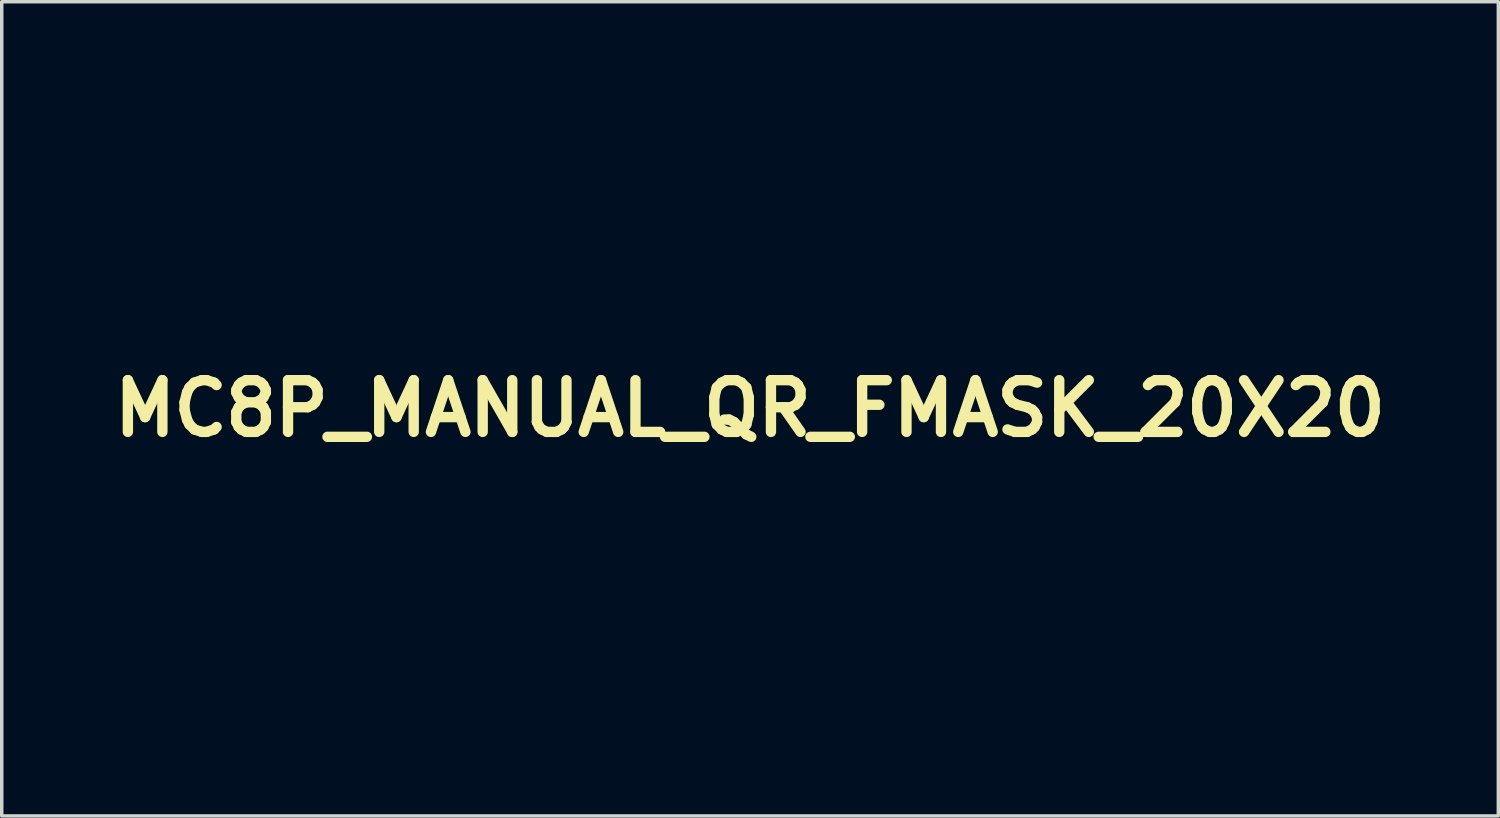
<source format=kicad_pcb>
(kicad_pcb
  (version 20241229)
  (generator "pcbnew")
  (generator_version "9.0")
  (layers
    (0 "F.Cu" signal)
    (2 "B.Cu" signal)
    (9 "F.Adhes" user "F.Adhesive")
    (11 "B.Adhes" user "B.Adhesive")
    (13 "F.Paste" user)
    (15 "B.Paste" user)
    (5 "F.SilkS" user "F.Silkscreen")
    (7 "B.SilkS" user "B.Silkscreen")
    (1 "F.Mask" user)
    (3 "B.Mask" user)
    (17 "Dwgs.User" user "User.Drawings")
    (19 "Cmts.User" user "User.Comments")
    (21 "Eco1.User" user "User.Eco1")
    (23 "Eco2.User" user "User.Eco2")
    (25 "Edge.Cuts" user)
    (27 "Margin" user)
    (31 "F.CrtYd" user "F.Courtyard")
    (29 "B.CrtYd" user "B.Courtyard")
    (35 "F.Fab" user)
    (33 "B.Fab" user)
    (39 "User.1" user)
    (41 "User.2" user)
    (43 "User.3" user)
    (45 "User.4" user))
  (footprint "MC8P_MANUAL_QR_FMASK_20X20"
    (layer "F.Cu")
    (at 18.693 8.792)
    (property "Reference" "MC8P_MANUAL_QR_FMASK_20X20" (at 0 0 0) (layer "F.SilkS") (effects (font (size 1.5 1.5) (thickness 0.3))))
    (attr board_only exclude_from_pos_files exclude_from_bom)
    (fp_poly (pts (xy -5.764 -6.67) (xy -5.764 -5.764) (xy -6.67 -5.764) (xy -7.576 -5.764) (xy -7.574 -6.668) (xy -7.571 -7.571) (xy -6.668 -7.574) (xy -5.764 -7.576)) (stroke (width 0) (type solid)) (fill yes) (layer "F.Mask"))
    (fp_poly (pts (xy -5.764 6.672) (xy -5.764 7.581) (xy -6.67 7.581) (xy -7.576 7.581) (xy -7.576 6.672) (xy -7.576 5.764) (xy -6.67 5.764) (xy -5.764 5.764)) (stroke (width 0) (type solid)) (fill yes) (layer "F.Mask"))
    (fp_poly (pts (xy 2.139 5.466) (xy 2.139 5.774) (xy 1.827 5.774) (xy 1.515 5.774) (xy 1.515 5.466) (xy 1.514 5.158) (xy 1.827 5.158) (xy 2.139 5.158)) (stroke (width 0) (type solid)) (fill yes) (layer "F.Mask"))
    (fp_poly (pts (xy 3.351 8.499) (xy 3.351 8.812) (xy 3.043 8.812) (xy 2.735 8.812) (xy 2.735 8.499) (xy 2.735 8.187) (xy 3.043 8.187) (xy 3.351 8.187)) (stroke (width 0) (type solid)) (fill yes) (layer "F.Mask"))
    (fp_poly (pts (xy 4.562 8.499) (xy 4.562 8.812) (xy 4.255 8.812) (xy 3.947 8.812) (xy 3.947 8.499) (xy 3.947 8.187) (xy 4.255 8.187) (xy 4.562 8.187)) (stroke (width 0) (type solid)) (fill yes) (layer "F.Mask"))
    (fp_poly (pts (xy 5.168 4.86) (xy 5.168 5.168) (xy 4.86 5.168) (xy 4.552 5.168) (xy 4.552 4.86) (xy 4.552 4.552) (xy 4.86 4.552) (xy 5.168 4.552)) (stroke (width 0) (type solid)) (fill yes) (layer "F.Mask"))
    (fp_poly (pts (xy 7.581 -6.67) (xy 7.581 -5.764) (xy 6.672 -5.764) (xy 5.764 -5.764) (xy 5.764 -6.67) (xy 5.764 -7.576) (xy 6.672 -7.576) (xy 7.581 -7.576)) (stroke (width 0) (type solid)) (fill yes) (layer "F.Mask"))
    (fp_poly (pts (xy 0.928 -8.177) (xy 0.928 -7.561) (xy 0.313 -7.561) (xy -0.303 -7.561) (xy -0.303 -7.869) (xy -0.303 -8.177) (xy 0 -8.177) (xy 0.303 -8.177) (xy 0.303 -8.485) (xy 0.303 -8.792) (xy 0.615 -8.792) (xy 0.928 -8.792)) (stroke (width 0) (type solid)) (fill yes) (layer "F.Mask"))
    (fp_poly (pts (xy -4.552 -6.672) (xy -4.552 -4.552) (xy -6.672 -4.552) (xy -8.792 -4.552) (xy -8.792 -6.668) (xy -8.187 -6.668) (xy -8.187 -5.148) (xy -6.668 -5.148) (xy -5.148 -5.148) (xy -5.148 -6.668) (xy -5.148 -8.187) (xy -6.668 -8.187) (xy -8.187 -8.187) (xy -8.187 -6.668) (xy -8.792 -6.668) (xy -8.792 -6.672) (xy -8.792 -8.792) (xy -6.672 -8.792) (xy -4.552 -8.792)) (stroke (width 0) (type solid)) (fill yes) (layer "F.Mask"))
    (fp_poly (pts (xy -4.552 6.672) (xy -4.552 8.792) (xy -6.672 8.792) (xy -8.792 8.792) (xy -8.792 6.672) (xy -8.792 6.666) (xy -8.187 6.666) (xy -8.187 6.837) (xy -8.187 7.002) (xy -8.186 7.161) (xy -8.186 7.312) (xy -8.186 7.455) (xy -8.186 7.588) (xy -8.185 7.711) (xy -8.185 7.822) (xy -8.185 7.921) (xy -8.184 8.005) (xy -8.184 8.075) (xy -8.184 8.129) (xy -8.183 8.166) (xy -8.183 8.185) (xy -8.183 8.187) (xy -8.172 8.188) (xy -8.144 8.188) (xy -8.098 8.189) (xy -8.036 8.189) (xy -7.958 8.189) (xy -7.866 8.189) (xy -7.761 8.19) (xy -7.644 8.19) (xy -7.515 8.19) (xy -7.377 8.19) (xy -7.229 8.19) (xy -7.074 8.19) (xy -6.911 8.189) (xy -6.743 8.189) (xy -6.663 8.189) (xy -5.148 8.186) (xy -5.148 6.667) (xy -5.148 5.148) (xy -6.668 5.148) (xy -8.187 5.148) (xy -8.187 6.666) (xy -8.792 6.666) (xy -8.792 4.552) (xy -6.672 4.552) (xy -4.552 4.552)) (stroke (width 0) (type solid)) (fill yes) (layer "F.Mask"))
    (fp_poly (pts (xy 8.792 -6.672) (xy 8.792 -4.552) (xy 6.672 -4.552) (xy 4.552 -4.552) (xy 4.552 -6.668) (xy 5.148 -6.668) (xy 5.148 -5.148) (xy 6.667 -5.148) (xy 8.186 -5.148) (xy 8.189 -6.663) (xy 8.189 -6.834) (xy 8.189 -6.999) (xy 8.19 -7.158) (xy 8.19 -7.309) (xy 8.19 -7.452) (xy 8.19 -7.585) (xy 8.19 -7.708) (xy 8.189 -7.819) (xy 8.189 -7.917) (xy 8.189 -8.001) (xy 8.189 -8.071) (xy 8.188 -8.125) (xy 8.188 -8.161) (xy 8.188 -8.18) (xy 8.187 -8.183) (xy 8.177 -8.183) (xy 8.149 -8.183) (xy 8.103 -8.184) (xy 8.04 -8.184) (xy 7.963 -8.185) (xy 7.871 -8.185) (xy 7.766 -8.185) (xy 7.648 -8.186) (xy 7.52 -8.186) (xy 7.381 -8.186) (xy 7.234 -8.186) (xy 7.078 -8.186) (xy 6.916 -8.187) (xy 6.748 -8.187) (xy 6.666 -8.187) (xy 5.148 -8.187) (xy 5.148 -6.668) (xy 4.552 -6.668) (xy 4.552 -6.672) (xy 4.552 -8.792) (xy 6.672 -8.792) (xy 8.792 -8.792)) (stroke (width 0) (type solid)) (fill yes) (layer "F.Mask"))
    (fp_poly (pts (xy 2.745 -8.485) (xy 2.745 -8.177) (xy 3.041 -8.179) (xy 3.336 -8.182) (xy 3.339 -8.487) (xy 3.341 -8.792) (xy 3.649 -8.792) (xy 3.957 -8.792) (xy 3.957 -8.48) (xy 3.957 -8.167) (xy 3.654 -8.167) (xy 3.351 -8.167) (xy 3.353 -7.872) (xy 3.356 -7.576) (xy 3.656 -7.576) (xy 3.957 -7.576) (xy 3.957 -7.266) (xy 3.957 -6.956) (xy 3.654 -6.956) (xy 3.351 -6.956) (xy 3.351 -6.35) (xy 3.351 -5.744) (xy 3.048 -5.744) (xy 2.745 -5.744) (xy 2.745 -5.144) (xy 2.745 -4.543) (xy 3.043 -4.543) (xy 3.341 -4.543) (xy 3.341 -4.846) (xy 3.341 -5.148) (xy 3.649 -5.148) (xy 3.957 -5.148) (xy 3.957 -4.841) (xy 3.957 -4.533) (xy 3.654 -4.533) (xy 3.351 -4.533) (xy 3.351 -4.23) (xy 3.351 -3.927) (xy 3.048 -3.927) (xy 2.745 -3.927) (xy 2.745 -3.624) (xy 2.745 -3.322) (xy 2.442 -3.322) (xy 2.14 -3.322) (xy 2.137 -3.018) (xy 2.135 -2.715) (xy 1.228 -2.715) (xy 0.322 -2.716) (xy 0.322 -2.418) (xy 0.322 -2.12) (xy 0.625 -2.12) (xy 0.928 -2.12) (xy 0.928 -1.817) (xy 0.928 -1.514) (xy 1.224 -1.514) (xy 1.519 -1.514) (xy 1.516 -1.817) (xy 1.513 -2.12) (xy 1.826 -2.12) (xy 2.139 -2.12) (xy 2.139 -1.807) (xy 2.139 -1.494) (xy 1.837 -1.497) (xy 1.534 -1.5) (xy 1.534 -1.204) (xy 1.534 -0.909) (xy 2.438 -0.909) (xy 3.341 -0.909) (xy 3.339 -1.2) (xy 4.562 -1.2) (xy 4.562 -0.909) (xy 4.86 -0.909) (xy 5.158 -0.909) (xy 5.158 -1.201) (xy 5.158 -1.494) (xy 4.864 -1.497) (xy 4.79 -1.497) (xy 4.723 -1.498) (xy 4.665 -1.498) (xy 4.618 -1.497) (xy 4.585 -1.497) (xy 4.568 -1.496) (xy 4.566 -1.496) (xy 4.565 -1.485) (xy 4.564 -1.458) (xy 4.564 -1.415) (xy 4.563 -1.361) (xy 4.562 -1.297) (xy 4.562 -1.225) (xy 4.562 -1.2) (xy 3.339 -1.2) (xy 3.339 -1.202) (xy 3.336 -1.496) (xy 3.036 -1.495) (xy 2.735 -1.494) (xy 2.735 -1.514) (xy 5.168 -1.514) (xy 5.471 -1.514) (xy 5.774 -1.514) (xy 5.774 -1.211) (xy 5.774 -0.909) (xy 6.374 -0.909) (xy 6.975 -0.909) (xy 6.975 -1.202) (xy 6.975 -1.495) (xy 6.672 -1.495) (xy 6.37 -1.495) (xy 6.37 -1.514) (xy 6.985 -1.514) (xy 7.283 -1.514) (xy 7.581 -1.514) (xy 7.581 -1.812) (xy 7.581 -2.11) (xy 7.285 -2.108) (xy 6.99 -2.105) (xy 6.987 -1.81) (xy 6.985 -1.514) (xy 6.37 -1.514) (xy 6.37 -1.807) (xy 6.37 -2.12) (xy 6.672 -2.12) (xy 6.975 -2.12) (xy 6.975 -2.418) (xy 6.975 -2.716) (xy 6.377 -2.713) (xy 5.779 -2.711) (xy 5.774 -2.408) (xy 5.769 -2.105) (xy 5.471 -2.105) (xy 5.173 -2.105) (xy 5.17 -1.81) (xy 5.168 -1.514) (xy 2.735 -1.514) (xy 2.735 -1.807) (xy 2.735 -2.12) (xy 3.038 -2.12) (xy 3.341 -2.12) (xy 3.341 -2.423) (xy 3.341 -2.726) (xy 4.25 -2.726) (xy 5.158 -2.726) (xy 5.158 -3.024) (xy 5.158 -3.322) (xy 4.858 -3.322) (xy 4.763 -3.321) (xy 4.655 -3.321) (xy 4.541 -3.321) (xy 4.428 -3.321) (xy 4.322 -3.321) (xy 4.252 -3.321) (xy 3.947 -3.322) (xy 3.947 -3.629) (xy 3.947 -3.937) (xy 4.86 -3.937) (xy 5.774 -3.937) (xy 5.774 -3.634) (xy 5.774 -3.331) (xy 6.374 -3.331) (xy 6.975 -3.331) (xy 6.975 -3.634) (xy 6.975 -3.937) (xy 7.894 -3.937) (xy 8.812 -3.937) (xy 8.812 -3.324) (xy 8.812 -2.711) (xy 8.502 -2.713) (xy 8.191 -2.716) (xy 8.189 -3.019) (xy 8.186 -3.322) (xy 7.893 -3.322) (xy 7.6 -3.322) (xy 7.6 -2.721) (xy 7.6 -2.12) (xy 7.899 -2.118) (xy 8.197 -2.115) (xy 8.197 -1.815) (xy 8.196 -1.514) (xy 8.504 -1.514) (xy 8.812 -1.514) (xy 8.812 -0.899) (xy 8.812 -0.283) (xy 8.196 -0.283) (xy 7.581 -0.283) (xy 7.581 -0.586) (xy 7.581 -0.889) (xy 7.283 -0.889) (xy 6.985 -0.889) (xy 6.985 -0.586) (xy 6.985 -0.283) (xy 6.379 -0.283) (xy 5.774 -0.283) (xy 5.774 0.01) (xy 5.774 0.303) (xy 6.379 0.303) (xy 6.985 0.303) (xy 6.987 0.608) (xy 6.99 0.913) (xy 7.901 0.913) (xy 8.812 0.913) (xy 8.812 1.526) (xy 8.812 2.139) (xy 8.206 2.139) (xy 7.6 2.139) (xy 7.6 2.438) (xy 7.6 2.736) (xy 7.901 2.735) (xy 7.996 2.735) (xy 8.104 2.735) (xy 8.218 2.735) (xy 8.331 2.735) (xy 8.437 2.735) (xy 8.507 2.735) (xy 8.812 2.735) (xy 8.812 3.043) (xy 8.812 3.351) (xy 8.206 3.351) (xy 7.6 3.351) (xy 7.6 3.649) (xy 7.6 3.947) (xy 8.206 3.947) (xy 8.812 3.947) (xy 8.812 4.255) (xy 8.812 4.562) (xy 8.196 4.562) (xy 7.581 4.562) (xy 7.581 4.259) (xy 7.581 3.957) (xy 7.283 3.957) (xy 6.985 3.957) (xy 6.985 4.259) (xy 6.985 4.562) (xy 6.685 4.565) (xy 6.384 4.567) (xy 6.384 4.86) (xy 6.384 5.153) (xy 6.685 5.156) (xy 6.985 5.158) (xy 6.985 5.461) (xy 6.985 5.764) (xy 7.283 5.764) (xy 7.581 5.764) (xy 7.581 5.461) (xy 7.581 5.158) (xy 7.891 5.158) (xy 8.201 5.158) (xy 8.201 5.459) (xy 8.201 5.759) (xy 8.507 5.762) (xy 8.812 5.764) (xy 8.812 6.074) (xy 8.812 6.384) (xy 8.502 6.382) (xy 8.191 6.38) (xy 8.189 6.079) (xy 8.187 5.779) (xy 7.894 5.776) (xy 7.6 5.773) (xy 7.6 6.374) (xy 7.6 6.975) (xy 7.899 6.978) (xy 8.197 6.98) (xy 8.197 7.588) (xy 8.197 8.197) (xy 7.889 8.199) (xy 7.581 8.201) (xy 7.581 7.901) (xy 7.581 7.6) (xy 7.283 7.6) (xy 6.984 7.6) (xy 6.985 7.901) (xy 6.985 7.996) (xy 6.985 8.104) (xy 6.985 8.218) (xy 6.985 8.331) (xy 6.985 8.437) (xy 6.985 8.507) (xy 6.985 8.812) (xy 6.374 8.812) (xy 5.764 8.812) (xy 5.764 8.206) (xy 5.764 7.6) (xy 3.947 7.6) (xy 2.13 7.6) (xy 2.13 6.985) (xy 2.13 6.975) (xy 4.562 6.975) (xy 4.86 6.975) (xy 5.158 6.975) (xy 5.773 6.975) (xy 6.071 6.975) (xy 6.37 6.975) (xy 6.37 6.677) (xy 6.37 6.379) (xy 6.074 6.382) (xy 5.779 6.384) (xy 5.776 6.68) (xy 5.773 6.975) (xy 5.158 6.975) (xy 5.156 6.68) (xy 5.153 6.384) (xy 4.86 6.384) (xy 4.567 6.384) (xy 4.565 6.68) (xy 4.562 6.975) (xy 2.13 6.975) (xy 2.13 6.37) (xy 2.735 6.37) (xy 3.341 6.37) (xy 3.341 6.072) (xy 3.341 5.774) (xy 3.036 5.774) (xy 2.731 5.774) (xy 2.731 5.17) (xy 2.731 4.86) (xy 3.957 4.86) (xy 3.957 5.764) (xy 4.86 5.764) (xy 5.764 5.764) (xy 5.764 4.86) (xy 5.764 3.957) (xy 4.86 3.957) (xy 3.957 3.957) (xy 3.957 4.86) (xy 2.731 4.86) (xy 2.731 4.567) (xy 2.122 4.565) (xy 1.514 4.562) (xy 1.515 4.262) (xy 1.515 3.961) (xy 1.222 3.959) (xy 0.928 3.956) (xy 0.928 5.163) (xy 0.928 6.37) (xy 1.231 6.37) (xy 1.534 6.37) (xy 1.534 6.68) (xy 1.534 6.99) (xy 1.231 6.987) (xy 0.928 6.984) (xy 0.928 7.283) (xy 0.928 7.581) (xy 1.231 7.581) (xy 1.534 7.581) (xy 1.534 7.886) (xy 1.534 8.191) (xy 1.837 8.189) (xy 2.139 8.186) (xy 2.139 8.499) (xy 2.139 8.812) (xy 1.526 8.812) (xy 0.913 8.812) (xy 0.916 8.206) (xy 0.918 7.6) (xy 0.62 7.6) (xy 0.322 7.6) (xy 0.322 7.901) (xy 0.322 8.201) (xy -0.586 8.199) (xy -1.495 8.196) (xy -1.495 8.504) (xy -1.495 8.812) (xy -2.11 8.812) (xy -2.726 8.812) (xy -2.726 8.206) (xy -2.726 7.6) (xy -3.331 7.6) (xy -3.937 7.6) (xy -3.937 7.581) (xy -2.716 7.581) (xy -2.418 7.581) (xy -2.12 7.581) (xy -2.12 7.283) (xy -2.12 6.985) (xy -2.415 6.987) (xy -2.711 6.99) (xy -2.714 7.285) (xy -2.716 7.581) (xy -3.937 7.581) (xy -3.937 6.682) (xy -3.937 6.384) (xy -1.495 6.384) (xy -1.495 6.677) (xy -1.495 6.97) (xy -1.192 6.973) (xy -0.889 6.976) (xy -0.889 7.278) (xy -0.889 7.581) (xy -0.596 7.581) (xy -0.303 7.581) (xy -0.303 6.975) (xy -0.303 6.677) (xy 0.322 6.677) (xy 0.322 6.975) (xy 0.62 6.975) (xy 0.919 6.975) (xy 0.916 6.68) (xy 0.913 6.384) (xy 0.618 6.382) (xy 0.322 6.379) (xy 0.322 6.677) (xy -0.303 6.677) (xy -0.303 6.37) (xy 0 6.37) (xy 0.303 6.37) (xy 0.303 6.072) (xy 0.303 5.773) (xy -0.294 5.776) (xy -0.89 5.779) (xy -0.889 6.079) (xy -0.888 6.379) (xy -1.192 6.382) (xy -1.495 6.384) (xy -3.937 6.384) (xy -3.937 5.764) (xy -3.629 5.764) (xy -3.322 5.764) (xy -3.322 6.067) (xy -3.322 6.37) (xy -3.024 6.37) (xy -2.726 6.37) (xy -2.726 6.067) (xy -2.726 5.764) (xy -2.418 5.764) (xy -2.11 5.764) (xy -2.11 6.067) (xy -2.11 6.37) (xy -1.812 6.37) (xy -1.514 6.37) (xy -1.514 6.067) (xy -1.514 5.764) (xy -1.211 5.764) (xy -0.909 5.764) (xy -0.909 5.163) (xy -0.909 4.701) (xy -0.286 4.701) (xy -0.286 4.765) (xy -0.286 4.837) (xy -0.285 4.864) (xy -0.283 5.158) (xy 0.01 5.158) (xy 0.303 5.158) (xy 0.303 4.86) (xy 0.303 4.562) (xy 0.011 4.562) (xy -0.062 4.562) (xy -0.129 4.563) (xy -0.187 4.563) (xy -0.234 4.564) (xy -0.266 4.565) (xy -0.283 4.566) (xy -0.284 4.566) (xy -0.285 4.577) (xy -0.286 4.604) (xy -0.286 4.646) (xy -0.286 4.701) (xy -0.909 4.701) (xy -0.909 4.562) (xy -1.202 4.565) (xy -1.496 4.567) (xy -1.495 4.868) (xy -1.494 5.168) (xy -1.802 5.168) (xy -1.899 5.168) (xy -2.009 5.168) (xy -2.124 5.168) (xy -2.239 5.168) (xy -2.346 5.168) (xy -2.418 5.168) (xy -2.514 5.168) (xy -2.623 5.168) (xy -2.738 5.168) (xy -2.851 5.168) (xy -2.957 5.168) (xy -3.028 5.168) (xy -3.331 5.168) (xy -3.331 4.865) (xy -3.331 4.562) (xy -3.634 4.562) (xy -3.937 4.562) (xy -3.937 3.654) (xy -3.937 3.649) (xy -3.321 3.649) (xy -3.321 4.552) (xy -3.023 4.552) (xy -2.726 4.552) (xy -2.726 4.25) (xy -2.726 3.947) (xy -2.423 3.947) (xy -2.12 3.947) (xy -2.12 3.649) (xy -2.12 3.356) (xy -0.89 3.356) (xy -0.889 3.646) (xy -0.889 3.72) (xy -0.889 3.787) (xy -0.889 3.845) (xy -0.889 3.891) (xy -0.889 3.924) (xy -0.889 3.94) (xy -0.889 3.942) (xy -0.88 3.943) (xy -0.853 3.944) (xy -0.812 3.945) (xy -0.758 3.946) (xy -0.695 3.946) (xy -0.623 3.947) (xy -0.596 3.947) (xy -0.303 3.947) (xy -0.303 3.659) (xy -0.303 3.585) (xy -0.303 3.519) (xy -0.303 3.46) (xy -0.303 3.414) (xy -0.303 3.381) (xy -0.303 3.364) (xy -0.303 3.363) (xy -0.312 3.361) (xy -0.339 3.36) (xy -0.38 3.358) (xy -0.434 3.357) (xy -0.497 3.356) (xy -0.569 3.356) (xy -0.596 3.356) (xy -0.89 3.356) (xy -2.12 3.356) (xy -2.12 3.351) (xy -2.423 3.351) (xy -2.726 3.351) (xy -2.726 3.048) (xy -2.726 2.745) (xy -3.023 2.745) (xy -3.321 2.745) (xy -3.321 3.649) (xy -3.937 3.649) (xy -3.937 2.745) (xy -4.841 2.745) (xy -5.744 2.745) (xy -5.744 3.043) (xy -5.744 3.341) (xy -5.139 3.341) (xy -4.533 3.341) (xy -4.533 3.649) (xy -4.533 3.957) (xy -5.144 3.957) (xy -5.754 3.957) (xy -5.754 3.654) (xy -5.754 3.351) (xy -6.052 3.351) (xy -6.35 3.351) (xy -6.35 3.654) (xy -6.35 3.957) (xy -6.658 3.957) (xy -6.965 3.957) (xy -6.965 3.654) (xy -6.965 3.351) (xy -7.271 3.351) (xy -7.576 3.351) (xy -7.574 2.745) (xy -7.571 2.139) (xy -7.869 2.139) (xy -8.167 2.139) (xy -8.167 3.048) (xy -8.167 3.957) (xy -8.48 3.957) (xy -8.792 3.957) (xy -8.79 2.738) (xy -8.787 1.519) (xy -8.485 1.517) (xy -8.182 1.516) (xy -8.179 1.222) (xy -8.177 0.928) (xy -8.484 0.928) (xy -8.792 0.928) (xy -8.792 0.615) (xy -8.792 0.303) (xy -8.48 0.303) (xy -8.167 0.303) (xy -8.167 0.611) (xy -8.167 0.919) (xy -7.872 0.916) (xy -7.576 0.913) (xy -7.574 0.611) (xy -7.572 0.308) (xy -7.264 0.305) (xy -6.956 0.303) (xy -6.956 0.918) (xy -6.956 1.534) (xy -7.259 1.534) (xy -7.561 1.534) (xy -7.561 1.832) (xy -7.561 2.13) (xy -7.259 2.13) (xy -6.956 2.13) (xy -6.956 2.433) (xy -6.956 2.736) (xy -6.66 2.733) (xy -6.365 2.731) (xy -6.364 2.431) (xy -3.927 2.431) (xy -3.927 2.505) (xy -3.926 2.572) (xy -3.925 2.63) (xy -3.924 2.677) (xy -3.923 2.71) (xy -3.921 2.727) (xy -3.921 2.729) (xy -3.91 2.731) (xy -3.882 2.732) (xy -3.839 2.733) (xy -3.784 2.734) (xy -3.719 2.735) (xy -3.648 2.735) (xy -3.623 2.735) (xy -3.331 2.735) (xy -3.331 2.437) (xy -3.331 2.139) (xy -3.629 2.139) (xy -3.927 2.139) (xy -3.927 2.431) (xy -6.364 2.431) (xy -6.362 2.125) (xy -6.362 2.006) (xy -6.362 1.885) (xy -6.361 1.832) (xy -5.139 1.832) (xy -5.139 2.13) (xy -4.538 2.13) (xy -3.937 2.13) (xy -3.937 1.832) (xy -3.937 1.534) (xy -4.538 1.534) (xy -5.139 1.534) (xy -5.139 1.832) (xy -6.361 1.832) (xy -6.361 1.763) (xy -6.361 1.644) (xy -6.361 1.531) (xy -6.36 1.427) (xy -6.36 1.334) (xy -6.36 1.256) (xy -6.36 1.216) (xy -6.36 0.913) (xy -5.454 0.913) (xy -4.548 0.913) (xy -4.545 0.618) (xy -4.542 0.322) (xy -5.148 0.322) (xy -5.754 0.322) (xy -5.754 0.01) (xy -4.533 0.01) (xy -4.533 0.303) (xy -4.235 0.303) (xy -3.937 0.303) (xy -3.937 0.01) (xy -3.937 -0.283) (xy -4.235 -0.283) (xy -4.533 -0.283) (xy -4.533 0.01) (xy -5.754 0.01) (xy -5.754 -0.282) (xy -5.754 -0.303) (xy -5.139 -0.303) (xy -4.841 -0.303) (xy -4.542 -0.303) (xy -4.545 -0.594) (xy -3.927 -0.594) (xy -3.927 -0.303) (xy -3.629 -0.303) (xy -3.331 -0.303) (xy -3.331 -0.596) (xy -3.331 -0.888) (xy -3.625 -0.891) (xy -3.699 -0.892) (xy -3.766 -0.892) (xy -3.825 -0.892) (xy -3.871 -0.892) (xy -3.905 -0.891) (xy -3.922 -0.89) (xy -3.923 -0.89) (xy -3.924 -0.879) (xy -3.925 -0.852) (xy -3.926 -0.81) (xy -3.927 -0.755) (xy -3.927 -0.691) (xy -3.927 -0.62) (xy -3.927 -0.594) (xy -4.545 -0.594) (xy -4.545 -0.596) (xy -4.548 -0.89) (xy -4.841 -0.89) (xy -5.134 -0.89) (xy -5.136 -0.596) (xy -5.139 -0.303) (xy -5.754 -0.303) (xy -5.754 -0.388) (xy -5.754 -0.489) (xy -5.755 -0.583) (xy -5.755 -0.667) (xy -5.755 -0.74) (xy -5.756 -0.8) (xy -5.757 -0.847) (xy -5.757 -0.877) (xy -5.758 -0.89) (xy -5.758 -0.89) (xy -5.769 -0.891) (xy -5.796 -0.891) (xy -5.838 -0.892) (xy -5.893 -0.892) (xy -5.957 -0.892) (xy -6.029 -0.891) (xy -6.056 -0.891) (xy -6.35 -0.888) (xy -6.35 -0.586) (xy -6.35 -0.283) (xy -6.961 -0.286) (xy -7.572 -0.288) (xy -7.571 -0.589) (xy -7.571 -0.889) (xy -7.874 -0.889) (xy -8.177 -0.889) (xy -8.177 -1.202) (xy -8.177 -1.494) (xy -7.561 -1.494) (xy -7.561 -1.201) (xy -7.561 -0.909) (xy -7.263 -0.909) (xy -6.965 -0.909) (xy -6.965 -1.2) (xy -6.965 -1.202) (xy -3.322 -1.202) (xy -3.322 -0.909) (xy -2.716 -0.909) (xy -2.111 -0.909) (xy -2.108 -0.601) (xy -2.107 -0.504) (xy -2.107 -0.394) (xy -2.107 -0.279) (xy -2.107 -0.164) (xy -2.107 -0.057) (xy -2.108 0.015) (xy -2.111 0.322) (xy -2.418 0.322) (xy -2.726 0.322) (xy -2.726 0.02) (xy -2.726 -0.283) (xy -3.023 -0.283) (xy -3.321 -0.283) (xy -3.321 0.923) (xy -3.321 2.13) (xy -3.016 2.13) (xy -2.711 2.13) (xy -2.711 2.43) (xy -2.711 2.731) (xy -2.411 2.733) (xy -2.11 2.736) (xy -2.11 3.038) (xy -2.11 3.341) (xy -1.812 3.341) (xy -1.514 3.341) (xy -1.514 3.038) (xy -1.514 2.735) (xy -1.211 2.735) (xy -0.909 2.735) (xy -0.909 2.433) (xy -0.909 2.139) (xy -0.283 2.139) (xy -0.283 2.437) (xy -0.283 2.735) (xy 0.02 2.735) (xy 0.322 2.735) (xy 0.322 3.038) (xy 0.322 3.341) (xy 0.618 3.339) (xy 0.913 3.336) (xy 0.913 2.733) (xy 0.913 2.13) (xy 1.224 2.13) (xy 1.534 2.13) (xy 1.534 3.038) (xy 1.534 3.947) (xy 2.132 3.944) (xy 2.731 3.942) (xy 2.733 3.344) (xy 2.735 2.745) (xy 2.433 2.745) (xy 2.13 2.745) (xy 2.129 2.44) (xy 2.129 2.437) (xy 2.745 2.437) (xy 2.745 2.735) (xy 3.043 2.735) (xy 3.341 2.735) (xy 3.341 2.437) (xy 3.957 2.437) (xy 3.957 3.341) (xy 4.255 3.341) (xy 4.552 3.341) (xy 4.552 2.745) (xy 6.38 2.745) (xy 6.38 3.34) (xy 6.38 3.446) (xy 6.38 3.546) (xy 6.38 3.638) (xy 6.381 3.722) (xy 6.382 3.794) (xy 6.383 3.854) (xy 6.384 3.899) (xy 6.385 3.929) (xy 6.386 3.94) (xy 6.386 3.94) (xy 6.397 3.942) (xy 6.425 3.943) (xy 6.468 3.945) (xy 6.523 3.946) (xy 6.587 3.946) (xy 6.659 3.947) (xy 6.684 3.947) (xy 6.975 3.947) (xy 6.975 3.644) (xy 6.975 3.341) (xy 7.278 3.341) (xy 7.581 3.341) (xy 7.581 3.043) (xy 7.581 2.745) (xy 6.98 2.745) (xy 6.38 2.745) (xy 4.552 2.745) (xy 4.552 2.437) (xy 4.552 2.431) (xy 5.168 2.431) (xy 5.168 2.505) (xy 5.169 2.572) (xy 5.17 2.63) (xy 5.171 2.677) (xy 5.172 2.71) (xy 5.174 2.727) (xy 5.174 2.729) (xy 5.185 2.731) (xy 5.214 2.732) (xy 5.256 2.733) (xy 5.311 2.734) (xy 5.376 2.735) (xy 5.448 2.735) (xy 5.472 2.735) (xy 5.764 2.735) (xy 5.764 2.437) (xy 5.764 2.139) (xy 5.466 2.139) (xy 5.168 2.139) (xy 5.168 2.431) (xy 4.552 2.431) (xy 4.552 1.825) (xy 6.379 1.825) (xy 6.38 1.899) (xy 6.38 1.966) (xy 6.381 2.024) (xy 6.382 2.071) (xy 6.384 2.105) (xy 6.385 2.122) (xy 6.386 2.123) (xy 6.397 2.125) (xy 6.425 2.126) (xy 6.468 2.128) (xy 6.523 2.129) (xy 6.587 2.129) (xy 6.659 2.13) (xy 6.684 2.13) (xy 6.975 2.13) (xy 6.975 1.832) (xy 6.975 1.534) (xy 6.677 1.534) (xy 6.379 1.534) (xy 6.379 1.825) (xy 4.552 1.825) (xy 4.552 1.534) (xy 4.255 1.534) (xy 3.957 1.534) (xy 3.957 2.437) (xy 3.341 2.437) (xy 3.341 2.139) (xy 3.043 2.139) (xy 2.745 2.139) (xy 2.745 2.437) (xy 2.129 2.437) (xy 2.129 2.344) (xy 2.129 2.235) (xy 2.129 2.121) (xy 2.129 2.008) (xy 2.13 1.903) (xy 2.13 1.834) (xy 2.13 1.534) (xy 1.522 1.534) (xy 0.913 1.534) (xy 0.916 1.231) (xy 0.919 0.928) (xy 2.139 0.928) (xy 2.139 1.22) (xy 2.14 1.293) (xy 2.14 1.36) (xy 2.141 1.418) (xy 2.141 1.464) (xy 2.142 1.497) (xy 2.143 1.514) (xy 2.144 1.515) (xy 2.154 1.516) (xy 2.182 1.516) (xy 2.227 1.517) (xy 2.288 1.517) (xy 2.362 1.517) (xy 2.449 1.517) (xy 2.548 1.517) (xy 2.656 1.517) (xy 2.773 1.517) (xy 2.898 1.517) (xy 3.028 1.517) (xy 3.045 1.517) (xy 3.942 1.514) (xy 3.944 1.216) (xy 3.947 0.928) (xy 4.562 0.928) (xy 4.562 1.22) (xy 4.562 1.293) (xy 4.563 1.36) (xy 4.563 1.418) (xy 4.564 1.464) (xy 4.565 1.497) (xy 4.566 1.514) (xy 4.566 1.515) (xy 4.576 1.516) (xy 4.605 1.516) (xy 4.65 1.517) (xy 4.71 1.517) (xy 4.785 1.518) (xy 4.872 1.518) (xy 4.971 1.518) (xy 5.079 1.519) (xy 5.196 1.519) (xy 5.321 1.519) (xy 5.451 1.519) (xy 5.47 1.519) (xy 6.37 1.519) (xy 6.37 1.224) (xy 6.37 0.928) (xy 6.067 0.928) (xy 5.764 0.928) (xy 5.764 0.625) (xy 5.764 0.322) (xy 5.466 0.322) (xy 5.168 0.322) (xy 5.168 0.625) (xy 5.168 0.928) (xy 4.865 0.928) (xy 4.562 0.928) (xy 3.947 0.928) (xy 3.947 0.918) (xy 4.25 0.918) (xy 4.552 0.918) (xy 4.552 0.62) (xy 4.552 0.322) (xy 3.947 0.322) (xy 3.341 0.322) (xy 3.341 0.02) (xy 3.341 0.01) (xy 4.562 0.01) (xy 4.562 0.303) (xy 4.86 0.303) (xy 5.158 0.303) (xy 5.158 0.01) (xy 5.158 -0.283) (xy 4.86 -0.283) (xy 4.562 -0.283) (xy 4.562 0.01) (xy 3.341 0.01) (xy 3.341 -0.283) (xy 3.043 -0.283) (xy 2.745 -0.283) (xy 2.745 0.322) (xy 2.745 0.928) (xy 2.442 0.928) (xy 2.139 0.928) (xy 0.919 0.928) (xy 0.621 0.928) (xy 0.322 0.928) (xy 0.322 1.534) (xy 0.322 2.139) (xy 0.02 2.139) (xy -0.283 2.139) (xy -0.909 2.139) (xy -0.909 2.13) (xy -0.606 2.13) (xy -0.303 2.13) (xy -0.303 1.832) (xy -0.303 1.534) (xy -0.606 1.534) (xy -0.909 1.534) (xy -0.909 1.231) (xy -0.909 0.928) (xy -1.202 0.928) (xy -1.495 0.928) (xy -1.495 1.534) (xy -1.495 2.139) (xy -1.807 2.139) (xy -2.12 2.139) (xy -2.12 1.529) (xy -2.12 0.918) (xy -1.817 0.918) (xy -1.514 0.918) (xy -1.514 0.005) (xy -1.514 -0.596) (xy -0.889 -0.596) (xy -0.889 -0.303) (xy -0.589 -0.301) (xy -0.288 -0.298) (xy -0.286 0.002) (xy -0.283 0.303) (xy 0.323 0.303) (xy 0.928 0.303) (xy 0.928 0.611) (xy 0.928 0.919) (xy 1.221 0.916) (xy 1.515 0.913) (xy 1.515 0.012) (xy 1.514 -0.119) (xy 1.514 -0.244) (xy 1.514 -0.362) (xy 1.514 -0.472) (xy 1.513 -0.571) (xy 1.513 -0.596) (xy 5.168 -0.596) (xy 5.168 -0.303) (xy 5.466 -0.303) (xy 5.764 -0.303) (xy 5.764 -0.596) (xy 5.764 -0.889) (xy 5.466 -0.889) (xy 5.168 -0.889) (xy 5.168 -0.596) (xy 1.513 -0.596) (xy 1.513 -0.66) (xy 1.512 -0.736) (xy 1.512 -0.799) (xy 1.511 -0.846) (xy 1.51 -0.876) (xy 1.51 -0.889) (xy 1.51 -0.889) (xy 1.499 -0.889) (xy 1.471 -0.889) (xy 1.429 -0.889) (xy 1.374 -0.889) (xy 1.31 -0.889) (xy 1.239 -0.889) (xy 1.216 -0.889) (xy 0.928 -0.889) (xy 0.928 -0.586) (xy 0.928 -0.283) (xy 0.615 -0.283) (xy 0.303 -0.283) (xy 0.303 -0.586) (xy 0.303 -0.889) (xy -0.293 -0.889) (xy -0.889 -0.889) (xy -0.889 -0.596) (xy -1.514 -0.596) (xy -1.514 -0.909) (xy -1.211 -0.909) (xy -0.909 -0.909) (xy -0.909 -1.202) (xy -0.909 -1.495) (xy -2.115 -1.495) (xy -3.322 -1.495) (xy -3.322 -1.202) (xy -6.965 -1.202) (xy -6.966 -1.273) (xy -6.966 -1.34) (xy -6.967 -1.398) (xy -6.967 -1.445) (xy -6.968 -1.478) (xy -6.969 -1.494) (xy -6.97 -1.496) (xy -6.98 -1.496) (xy -7.007 -1.497) (xy -7.05 -1.498) (xy -7.104 -1.498) (xy -7.168 -1.498) (xy -7.24 -1.497) (xy -7.267 -1.497) (xy -7.561 -1.494) (xy -8.177 -1.494) (xy -8.177 -1.514) (xy -7.874 -1.514) (xy -7.571 -1.514) (xy -7.573 -1.81) (xy -7.576 -2.105) (xy -7.877 -2.107) (xy -8.177 -2.109) (xy -8.177 -2.415) (xy -8.177 -2.512) (xy -8.177 -2.621) (xy -8.177 -2.736) (xy -8.177 -2.85) (xy -8.177 -2.957) (xy -8.177 -3.026) (xy -8.177 -3.331) (xy -7.876 -3.334) (xy -7.576 -3.336) (xy -7.576 -3.637) (xy -7.576 -3.937) (xy -6.66 -3.937) (xy -5.744 -3.937) (xy -5.744 -3.629) (xy -5.744 -3.322) (xy -6.05 -3.321) (xy -6.146 -3.321) (xy -6.254 -3.321) (xy -6.368 -3.321) (xy -6.481 -3.321) (xy -6.586 -3.321) (xy -6.655 -3.322) (xy -6.956 -3.322) (xy -6.956 -3.017) (xy -6.956 -2.711) (xy -7.259 -2.714) (xy -7.561 -2.716) (xy -7.561 -2.418) (xy -7.561 -2.12) (xy -7.259 -2.12) (xy -6.956 -2.12) (xy -6.956 -1.817) (xy -6.956 -1.514) (xy -5.144 -1.514) (xy -3.331 -1.514) (xy -3.331 -1.812) (xy -0.889 -1.812) (xy -0.889 -1.514) (xy -0.293 -1.514) (xy 0.303 -1.514) (xy 0.303 -1.812) (xy 0.303 -2.11) (xy -0.293 -2.11) (xy -0.889 -2.11) (xy -0.889 -1.812) (xy -3.331 -1.812) (xy -3.331 -1.817) (xy -3.331 -2.12) (xy -3.028 -2.12) (xy -2.726 -2.12) (xy -2.726 -2.418) (xy -2.726 -2.716) (xy -3.026 -2.716) (xy -3.326 -2.715) (xy -3.327 -2.726) (xy -2.716 -2.726) (xy -2.411 -2.726) (xy -2.105 -2.726) (xy -2.108 -2.423) (xy -2.111 -2.12) (xy -1.812 -2.12) (xy -1.514 -2.12) (xy -1.514 -2.726) (xy -1.514 -3.331) (xy -1.202 -3.331) (xy -0.889 -3.331) (xy -0.889 -3.028) (xy -0.889 -2.726) (xy -0.293 -2.726) (xy 0.303 -2.726) (xy 0.303 -3.024) (xy 0.303 -3.322) (xy 0 -3.322) (xy -0.303 -3.322) (xy -0.303 -3.927) (xy 0.928 -3.927) (xy 0.928 -3.629) (xy 0.928 -3.331) (xy 1.529 -3.331) (xy 2.13 -3.331) (xy 2.13 -3.634) (xy 2.13 -3.937) (xy 2.433 -3.937) (xy 2.735 -3.937) (xy 2.735 -4.235) (xy 2.735 -4.533) (xy 2.433 -4.533) (xy 2.13 -4.533) (xy 2.13 -4.838) (xy 2.129 -4.906) (xy 2.129 -4.99) (xy 2.129 -5.088) (xy 2.129 -5.197) (xy 2.129 -5.313) (xy 2.129 -5.433) (xy 2.13 -5.555) (xy 2.13 -5.676) (xy 2.13 -5.747) (xy 2.13 -6.35) (xy 1.832 -6.35) (xy 1.534 -6.35) (xy 1.534 -5.139) (xy 1.534 -3.927) (xy 1.231 -3.927) (xy 0.928 -3.927) (xy -0.303 -3.927) (xy -0.303 -4.23) (xy -0.303 -4.841) (xy 0.322 -4.841) (xy 0.322 -4.542) (xy 0.618 -4.545) (xy 0.913 -4.548) (xy 0.913 -4.841) (xy 0.913 -5.134) (xy 0.618 -5.136) (xy 0.322 -5.139) (xy 0.322 -4.841) (xy -0.303 -4.841) (xy -0.303 -5.139) (xy -0.596 -5.136) (xy -0.89 -5.134) (xy -0.889 -4.53) (xy -0.889 -3.927) (xy -1.199 -3.927) (xy -1.295 -3.927) (xy -1.403 -3.927) (xy -1.517 -3.926) (xy -1.629 -3.926) (xy -1.733 -3.925) (xy -1.807 -3.925) (xy -2.105 -3.922) (xy -2.105 -3.624) (xy -2.105 -3.326) (xy -2.408 -3.322) (xy -2.711 -3.317) (xy -2.714 -3.021) (xy -2.716 -2.726) (xy -3.327 -2.726) (xy -3.329 -3.018) (xy -3.332 -3.322) (xy -3.629 -3.322) (xy -3.927 -3.322) (xy -3.927 -3.016) (xy -3.927 -2.711) (xy -4.228 -2.711) (xy -4.528 -2.711) (xy -4.531 -2.408) (xy -4.533 -2.105) (xy -5.146 -2.107) (xy -5.265 -2.108) (xy -5.387 -2.108) (xy -5.509 -2.109) (xy -5.627 -2.109) (xy -5.741 -2.109) (xy -5.845 -2.11) (xy -5.938 -2.11) (xy -6.016 -2.11) (xy -6.059 -2.11) (xy -6.36 -2.11) (xy -6.36 -2.418) (xy -6.36 -2.726) (xy -5.451 -2.726) (xy -4.543 -2.726) (xy -4.543 -3.024) (xy -4.543 -3.322) (xy -4.846 -3.322) (xy -5.148 -3.322) (xy -5.148 -3.629) (xy -5.148 -3.937) (xy -4.841 -3.937) (xy -4.533 -3.937) (xy -4.533 -3.634) (xy -4.533 -3.331) (xy -4.235 -3.331) (xy -3.937 -3.331) (xy -3.937 -4.538) (xy -3.321 -4.538) (xy -3.321 -3.937) (xy -3.023 -3.937) (xy -2.726 -3.937) (xy -2.726 -4.538) (xy -2.726 -5.139) (xy -3.023 -5.139) (xy -3.321 -5.139) (xy -3.321 -4.538) (xy -3.937 -4.538) (xy -3.937 -4.543) (xy -3.937 -5.744) (xy -2.11 -5.744) (xy -2.11 -5.15) (xy -2.11 -5.044) (xy -2.109 -4.944) (xy -2.109 -4.851) (xy -2.108 -4.768) (xy -2.108 -4.695) (xy -2.107 -4.636) (xy -2.106 -4.59) (xy -2.105 -4.561) (xy -2.104 -4.549) (xy -2.103 -4.549) (xy -2.092 -4.547) (xy -2.064 -4.546) (xy -2.022 -4.545) (xy -1.967 -4.544) (xy -1.902 -4.543) (xy -1.831 -4.543) (xy -1.806 -4.543) (xy -1.514 -4.543) (xy -1.514 -5.144) (xy -1.514 -5.744) (xy -1.812 -5.744) (xy -2.11 -5.744) (xy -3.937 -5.744) (xy -3.937 -5.754) (xy -3.331 -5.754) (xy -2.726 -5.754) (xy -2.726 -5.915) (xy -0.286 -5.915) (xy -0.286 -5.857) (xy -0.286 -5.81) (xy -0.285 -5.777) (xy -0.284 -5.76) (xy -0.284 -5.758) (xy -0.274 -5.757) (xy -0.246 -5.757) (xy -0.201 -5.756) (xy -0.143 -5.756) (xy -0.071 -5.756) (xy 0.011 -5.756) (xy 0.103 -5.756) (xy 0.203 -5.756) (xy 0.309 -5.756) (xy 0.317 -5.756) (xy 0.913 -5.759) (xy 0.913 -6.052) (xy 0.913 -6.345) (xy 0.315 -6.348) (xy -0.283 -6.35) (xy -0.285 -6.056) (xy -0.286 -5.982) (xy -0.286 -5.915) (xy -2.726 -5.915) (xy -2.726 -6.362) (xy -2.726 -6.817) (xy -1.498 -6.817) (xy -1.498 -6.753) (xy -1.497 -6.681) (xy -1.497 -6.654) (xy -1.494 -6.36) (xy -1.201 -6.36) (xy -0.909 -6.36) (xy -0.909 -6.658) (xy 2.139 -6.658) (xy 2.139 -6.359) (xy 2.435 -6.362) (xy 2.731 -6.365) (xy 2.733 -6.66) (xy 2.736 -6.956) (xy 2.438 -6.956) (xy 2.139 -6.956) (xy 2.139 -6.658) (xy -0.909 -6.658) (xy -0.909 -6.658) (xy -0.909 -6.956) (xy -1.2 -6.956) (xy -1.273 -6.956) (xy -1.34 -6.955) (xy -1.398 -6.955) (xy -1.445 -6.954) (xy -1.478 -6.953) (xy -1.494 -6.952) (xy -1.496 -6.952) (xy -1.496 -6.941) (xy -1.497 -6.914) (xy -1.498 -6.871) (xy -1.498 -6.817) (xy -2.726 -6.817) (xy -2.726 -6.97) (xy -2.423 -6.968) (xy -2.12 -6.965) (xy -2.12 -7.263) (xy -2.12 -7.561) (xy -2.721 -7.561) (xy -3.322 -7.561) (xy -3.322 -7.259) (xy -3.322 -6.956) (xy -3.629 -6.956) (xy -3.937 -6.956) (xy -3.937 -7.874) (xy -3.937 -8.792) (xy -3.629 -8.792) (xy -3.322 -8.792) (xy -3.319 -8.487) (xy -3.317 -8.182) (xy -3.021 -8.179) (xy -2.726 -8.177) (xy -2.726 -8.484) (xy -2.726 -8.792) (xy -1.807 -8.792) (xy -0.889 -8.792) (xy -0.889 -8.48) (xy -0.889 -8.167) (xy -1.192 -8.165) (xy -1.495 -8.162) (xy -1.495 -7.869) (xy -1.495 -7.576) (xy -1.195 -7.574) (xy -0.894 -7.572) (xy -0.892 -7.271) (xy -0.89 -6.97) (xy 0.617 -6.97) (xy 2.125 -6.97) (xy 2.127 -7.266) (xy 2.13 -7.561) (xy 1.822 -7.561) (xy 1.514 -7.561) (xy 1.515 -7.869) (xy 2.139 -7.869) (xy 2.139 -7.571) (xy 2.435 -7.573) (xy 2.731 -7.576) (xy 2.733 -7.872) (xy 2.736 -8.167) (xy 2.438 -8.167) (xy 2.139 -8.167) (xy 2.139 -7.869) (xy 1.515 -7.869) (xy 1.517 -8.174) (xy 1.519 -8.787) (xy 2.132 -8.79) (xy 2.745 -8.792)) (stroke (width 0) (type solid)) (fill yes) (layer "F.Mask")))
  (gr_rect
    (start -3 -3)
    (end 40.386 20.604)
    (stroke (width 0.1) (type default))
    (fill no)
    (layer "Edge.Cuts")))
</source>
